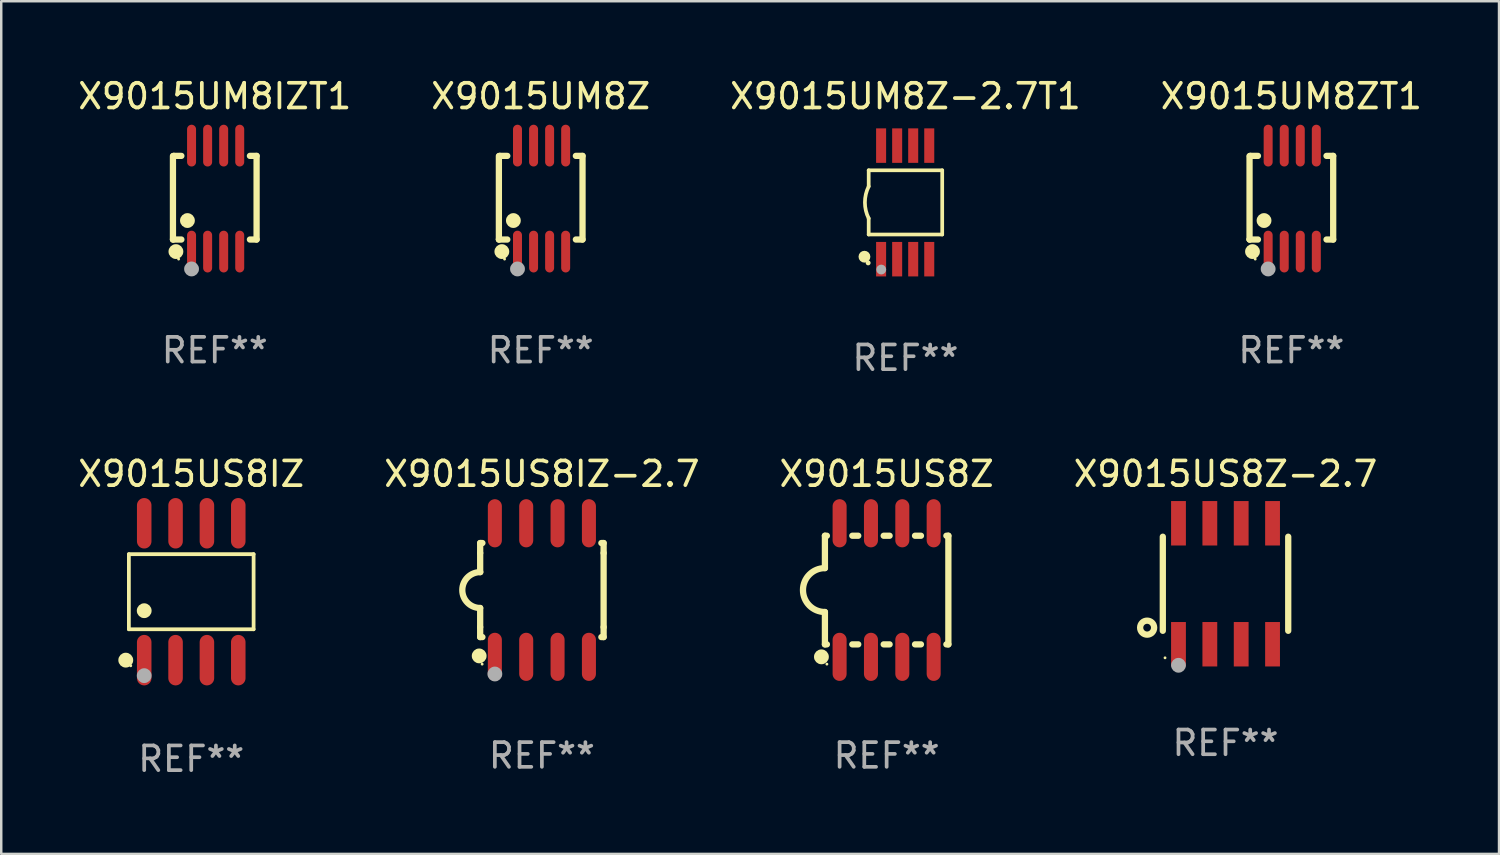
<source format=kicad_pcb>
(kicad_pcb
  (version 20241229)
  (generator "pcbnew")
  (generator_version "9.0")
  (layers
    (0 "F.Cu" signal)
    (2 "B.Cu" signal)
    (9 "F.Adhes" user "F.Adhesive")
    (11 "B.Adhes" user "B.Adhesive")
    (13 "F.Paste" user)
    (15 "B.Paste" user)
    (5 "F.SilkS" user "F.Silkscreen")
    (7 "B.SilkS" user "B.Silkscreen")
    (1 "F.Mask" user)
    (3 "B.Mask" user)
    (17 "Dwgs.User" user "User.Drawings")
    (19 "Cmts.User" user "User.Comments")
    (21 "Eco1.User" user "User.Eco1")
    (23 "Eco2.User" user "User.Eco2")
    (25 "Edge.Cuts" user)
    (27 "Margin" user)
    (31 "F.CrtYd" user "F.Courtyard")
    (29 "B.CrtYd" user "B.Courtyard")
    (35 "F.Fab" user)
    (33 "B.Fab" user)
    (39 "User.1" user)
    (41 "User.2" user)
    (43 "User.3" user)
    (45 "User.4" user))
  (footprint "X9015US8Z"
    (layer "F.Cu")
    (at 32.863 20.85)
    (property "Reference" "X9015US8Z" (at 0 -4.705 0) (layer "F.SilkS") (effects (font (size 1 1) (thickness 0.15))))
    (attr through_hole)
    (fp_line (start -2.5 -2.2) (end -2.5 -0.889) (stroke (width 0.254) (type solid)) (layer "F.SilkS"))
    (fp_line (start -2.5 2.2) (end -2.5 0.889) (stroke (width 0.254) (type solid)) (layer "F.SilkS"))
    (fp_line (start -2.42 -2.2) (end -2.5 -2.2) (stroke (width 0.254) (type solid)) (layer "F.SilkS"))
    (fp_line (start -2.42 2.2) (end -2.5 2.2) (stroke (width 0.254) (type solid)) (layer "F.SilkS"))
    (fp_line (start -1.15 -2.2) (end -1.39 -2.2) (stroke (width 0.254) (type solid)) (layer "F.SilkS"))
    (fp_line (start -1.15 2.2) (end -1.39 2.2) (stroke (width 0.254) (type solid)) (layer "F.SilkS"))
    (fp_line (start 0.12 -2.2) (end -0.12 -2.2) (stroke (width 0.254) (type solid)) (layer "F.SilkS"))
    (fp_line (start 0.12 2.2) (end -0.12 2.2) (stroke (width 0.254) (type solid)) (layer "F.SilkS"))
    (fp_line (start 1.39 -2.2) (end 1.15 -2.2) (stroke (width 0.254) (type solid)) (layer "F.SilkS"))
    (fp_line (start 1.39 2.2) (end 1.15 2.2) (stroke (width 0.254) (type solid)) (layer "F.SilkS"))
    (fp_line (start 2.5 -2.2) (end 2.42 -2.2) (stroke (width 0.254) (type solid)) (layer "F.SilkS"))
    (fp_line (start 2.5 -2.2) (end 2.5 2.2) (stroke (width 0.254) (type solid)) (layer "F.SilkS"))
    (fp_line (start 2.5 2.2) (end 2.42 2.2) (stroke (width 0.254) (type solid)) (layer "F.SilkS"))
    (fp_arc (start -2.5 0.889002) (mid -3.388367 -0.000318) (end -2.499365 -0.889002) (stroke (width 0.254001) (type solid)) (layer "F.SilkS"))
    (fp_circle (center -2.642 2.705) (end -2.491 2.705) (stroke (width 0.3) (type solid)) (fill no) (layer "F.SilkS"))
    (fp_circle (center -2.42 3) (end -2.39 3) (stroke (width 0.06) (type solid)) (fill no) (layer "F.SilkS"))
    (fp_text user "REF**" (at 0 6.705 0) (layer "F.Fab") (effects (font (size 1 1) (thickness 0.15))))
    (pad "1" smd oval (at -1.905 2.705) (size 0.568 1.95) (layers "F.Cu" "F.Mask" "F.Paste"))
    (pad "2" smd oval (at -0.635 2.705) (size 0.568 1.95) (layers "F.Cu" "F.Mask" "F.Paste"))
    (pad "3" smd oval (at 0.635 2.705) (size 0.568 1.95) (layers "F.Cu" "F.Mask" "F.Paste"))
    (pad "4" smd oval (at 1.905 2.705) (size 0.568 1.95) (layers "F.Cu" "F.Mask" "F.Paste"))
    (pad "5" smd oval (at 1.905 -2.705) (size 0.568 1.95) (layers "F.Cu" "F.Mask" "F.Paste"))
    (pad "6" smd oval (at 0.635 -2.705) (size 0.568 1.95) (layers "F.Cu" "F.Mask" "F.Paste"))
    (pad "7" smd oval (at -0.635 -2.705) (size 0.568 1.95) (layers "F.Cu" "F.Mask" "F.Paste"))
    (pad "8" smd oval (at -1.905 -2.705) (size 0.568 1.95) (layers "F.Cu" "F.Mask" "F.Paste")))
  (footprint "X9015UM8IZT1"
    (layer "F.Cu")
    (at 5.649 4.994)
    (property "Reference" "X9015UM8IZT1" (at 0 -4.146 0) (layer "F.SilkS") (effects (font (size 1 1) (thickness 0.15))))
    (attr through_hole)
    (fp_line (start -1.694 -1.724) (end -1.694 1.652) (stroke (width 0.254) (type solid)) (layer "F.SilkS"))
    (fp_line (start -1.694 1.652) (end -1.688 1.658) (stroke (width 0.254) (type solid)) (layer "F.SilkS"))
    (fp_line (start -1.688 1.658) (end -1.353 1.658) (stroke (width 0.254) (type solid)) (layer "F.SilkS"))
    (fp_line (start -1.661 -1.73) (end -1.681 -1.71) (stroke (width 0.254) (type solid)) (layer "F.SilkS"))
    (fp_line (start -1.353 -1.73) (end -1.661 -1.73) (stroke (width 0.254) (type solid)) (layer "F.SilkS"))
    (fp_line (start 1.424 1.658) (end 1.694 1.658) (stroke (width 0.254) (type solid)) (layer "F.SilkS"))
    (fp_line (start 1.694 -1.73) (end 1.424 -1.73) (stroke (width 0.254) (type solid)) (layer "F.SilkS"))
    (fp_line (start 1.694 1.658) (end 1.694 -1.73) (stroke (width 0.254) (type solid)) (layer "F.SilkS"))
    (fp_circle (center -1.574 2.146) (end -1.424 2.146) (stroke (width 0.3) (type solid)) (fill no) (layer "F.SilkS"))
    (fp_circle (center -1.464 2.45) (end -1.434 2.45) (stroke (width 0.06) (type solid)) (fill no) (layer "F.SilkS"))
    (fp_circle (center -1.107 0.889) (end -0.957 0.889) (stroke (width 0.3) (type solid)) (fill no) (layer "F.SilkS"))
    (fp_circle (center -0.94 2.85) (end -0.789 2.85) (stroke (width 0.3) (type solid)) (fill no) (layer "F.Fab"))
    (fp_text user "REF**" (at 0 6.146 0) (layer "F.Fab") (effects (font (size 1 1) (thickness 0.15))))
    (pad "1" smd oval (at -0.94 2.146) (size 0.364 1.692) (layers "F.Cu" "F.Mask" "F.Paste"))
    (pad "2" smd oval (at -0.289 2.146) (size 0.364 1.692) (layers "F.Cu" "F.Mask" "F.Paste"))
    (pad "3" smd oval (at 0.361 2.146) (size 0.364 1.692) (layers "F.Cu" "F.Mask" "F.Paste"))
    (pad "4" smd oval (at 1.011 2.146) (size 0.364 1.692) (layers "F.Cu" "F.Mask" "F.Paste"))
    (pad "5" smd oval (at 1.011 -2.146) (size 0.364 1.692) (layers "F.Cu" "F.Mask" "F.Paste"))
    (pad "6" smd oval (at 0.361 -2.146) (size 0.364 1.692) (layers "F.Cu" "F.Mask" "F.Paste"))
    (pad "7" smd oval (at -0.289 -2.146) (size 0.364 1.692) (layers "F.Cu" "F.Mask" "F.Paste"))
    (pad "8" smd oval (at -0.94 -2.146) (size 0.364 1.692) (layers "F.Cu" "F.Mask" "F.Paste")))
  (footprint "X9015US8Z-2.7"
    (layer "F.Cu")
    (at 46.589 20.595)
    (property "Reference" "X9015US8Z-2.7" (at 0 -4.45 0) (layer "F.SilkS") (effects (font (size 1 1) (thickness 0.15))))
    (attr through_hole)
    (fp_line (start -2.54 -1.905) (end -2.54 1.905) (stroke (width 0.254) (type solid)) (layer "F.SilkS"))
    (fp_line (start 2.54 -1.905) (end 2.54 1.905) (stroke (width 0.254) (type solid)) (layer "F.SilkS"))
    (fp_circle (center -3.175 1.778) (end -2.891 1.778) (stroke (width 0.254) (type solid)) (fill no) (layer "F.SilkS"))
    (fp_circle (center -2.45 3) (end -2.42 3) (stroke (width 0.06) (type solid)) (fill no) (layer "F.SilkS"))
    (fp_circle (center -1.905 3.302) (end -1.755 3.302) (stroke (width 0.3) (type solid)) (fill no) (layer "F.Fab"))
    (fp_text user "REF**" (at 0 6.45 0) (layer "F.Fab") (effects (font (size 1 1) (thickness 0.15))))
    (pad "1" smd rect (at -1.905 2.45) (size 0.6 1.8) (layers "F.Cu" "F.Mask" "F.Paste"))
    (pad "2" smd rect (at -0.635 2.45) (size 0.6 1.8) (layers "F.Cu" "F.Mask" "F.Paste"))
    (pad "3" smd rect (at 0.635 2.45) (size 0.6 1.8) (layers "F.Cu" "F.Mask" "F.Paste"))
    (pad "4" smd rect (at 1.905 2.45) (size 0.6 1.8) (layers "F.Cu" "F.Mask" "F.Paste"))
    (pad "5" smd rect (at 1.905 -2.45 180) (size 0.6 1.8) (layers "F.Cu" "F.Mask" "F.Paste"))
    (pad "6" smd rect (at 0.635 -2.45 180) (size 0.6 1.8) (layers "F.Cu" "F.Mask" "F.Paste"))
    (pad "7" smd rect (at -0.635 -2.45 180) (size 0.6 1.8) (layers "F.Cu" "F.Mask" "F.Paste"))
    (pad "8" smd rect (at -1.905 -2.45 180) (size 0.6 1.8) (layers "F.Cu" "F.Mask" "F.Paste")))
  (footprint "X9015US8IZ"
    (layer "F.Cu")
    (at 4.696 20.917)
    (property "Reference" "X9015US8IZ" (at 0 -4.772 0) (layer "F.SilkS") (effects (font (size 1 1) (thickness 0.15))))
    (attr through_hole)
    (fp_line (start -2.526 -1.521) (end 2.526 -1.521) (stroke (width 0.152) (type solid)) (layer "F.SilkS"))
    (fp_line (start -2.526 1.521) (end -2.526 -1.521) (stroke (width 0.152) (type solid)) (layer "F.SilkS"))
    (fp_line (start 2.526 -1.521) (end 2.526 1.521) (stroke (width 0.152) (type solid)) (layer "F.SilkS"))
    (fp_line (start 2.526 1.521) (end -2.526 1.521) (stroke (width 0.152) (type solid)) (layer "F.SilkS"))
    (fp_circle (center -2.652 2.772) (end -2.501 2.772) (stroke (width 0.3) (type solid)) (fill no) (layer "F.SilkS"))
    (fp_circle (center -2.45 3) (end -2.42 3) (stroke (width 0.06) (type solid)) (fill no) (layer "F.SilkS"))
    (fp_circle (center -1.905 0.769) (end -1.755 0.769) (stroke (width 0.3) (type solid)) (fill no) (layer "F.SilkS"))
    (fp_circle (center -1.905 3.4) (end -1.755 3.4) (stroke (width 0.3) (type solid)) (fill no) (layer "F.Fab"))
    (fp_text user "REF**" (at 0 6.772 0) (layer "F.Fab") (effects (font (size 1 1) (thickness 0.15))))
    (pad "1" smd oval (at -1.905 2.772) (size 0.588 2.045) (layers "F.Cu" "F.Mask" "F.Paste"))
    (pad "2" smd oval (at -0.635 2.772) (size 0.588 2.045) (layers "F.Cu" "F.Mask" "F.Paste"))
    (pad "3" smd oval (at 0.635 2.772) (size 0.588 2.045) (layers "F.Cu" "F.Mask" "F.Paste"))
    (pad "4" smd oval (at 1.905 2.772) (size 0.588 2.045) (layers "F.Cu" "F.Mask" "F.Paste"))
    (pad "5" smd oval (at 1.905 -2.772) (size 0.588 2.045) (layers "F.Cu" "F.Mask" "F.Paste"))
    (pad "6" smd oval (at 0.635 -2.772) (size 0.588 2.045) (layers "F.Cu" "F.Mask" "F.Paste"))
    (pad "7" smd oval (at -0.635 -2.772) (size 0.588 2.045) (layers "F.Cu" "F.Mask" "F.Paste"))
    (pad "8" smd oval (at -1.905 -2.772) (size 0.588 2.045) (layers "F.Cu" "F.Mask" "F.Paste")))
  (footprint "X9015US8IZ-2.7"
    (layer "F.Cu")
    (at 18.899 20.85)
    (property "Reference" "X9015US8IZ-2.7" (at 0 -4.705 0) (layer "F.SilkS") (effects (font (size 1 1) (thickness 0.15))))
    (attr through_hole)
    (fp_line (start -2.5 -1.905) (end -2.409 -1.905) (stroke (width 0.254) (type solid)) (layer "F.SilkS"))
    (fp_line (start -2.5 -1.5) (end -2.5 -1.905) (stroke (width 0.254) (type solid)) (layer "F.SilkS"))
    (fp_line (start -2.5 -1.5) (end -2.5 -0.726) (stroke (width 0.254) (type solid)) (layer "F.SilkS"))
    (fp_line (start -2.5 1.5) (end -2.5 0.727) (stroke (width 0.254) (type solid)) (layer "F.SilkS"))
    (fp_line (start -2.5 1.5) (end -2.5 1.905) (stroke (width 0.254) (type solid)) (layer "F.SilkS"))
    (fp_line (start -2.5 1.905) (end -2.409 1.905) (stroke (width 0.254) (type solid)) (layer "F.SilkS"))
    (fp_line (start 2.5 -1.905) (end 2.409 -1.905) (stroke (width 0.254) (type solid)) (layer "F.SilkS"))
    (fp_line (start 2.5 -1.5) (end 2.5 -1.905) (stroke (width 0.254) (type solid)) (layer "F.SilkS"))
    (fp_line (start 2.5 -1.5) (end 2.5 1.5) (stroke (width 0.254) (type solid)) (layer "F.SilkS"))
    (fp_line (start 2.5 1.5) (end 2.5 1.905) (stroke (width 0.254) (type solid)) (layer "F.SilkS"))
    (fp_line (start 2.5 1.905) (end 2.409 1.905) (stroke (width 0.254) (type solid)) (layer "F.SilkS"))
    (fp_arc (start -2.5 0.726568) (mid -3.220316 -0.0023) (end -2.495097 -0.726289) (stroke (width 0.254001) (type solid)) (layer "F.SilkS"))
    (fp_circle (center -2.54 2.667) (end -2.39 2.667) (stroke (width 0.3) (type solid)) (fill no) (layer "F.SilkS"))
    (fp_circle (center -2.42 3) (end -2.39 3) (stroke (width 0.06) (type solid)) (fill no) (layer "F.SilkS"))
    (fp_circle (center -1.905 3.4) (end -1.755 3.4) (stroke (width 0.3) (type solid)) (fill no) (layer "F.Fab"))
    (fp_text user "REF**" (at 0 6.705 0) (layer "F.Fab") (effects (font (size 1 1) (thickness 0.15))))
    (pad "1" smd oval (at -1.905 2.705) (size 0.568 1.95) (layers "F.Cu" "F.Mask" "F.Paste"))
    (pad "2" smd oval (at -0.635 2.705) (size 0.568 1.95) (layers "F.Cu" "F.Mask" "F.Paste"))
    (pad "3" smd oval (at 0.635 2.705) (size 0.568 1.95) (layers "F.Cu" "F.Mask" "F.Paste"))
    (pad "4" smd oval (at 1.905 2.705) (size 0.568 1.95) (layers "F.Cu" "F.Mask" "F.Paste"))
    (pad "5" smd oval (at 1.905 -2.705) (size 0.568 1.95) (layers "F.Cu" "F.Mask" "F.Paste"))
    (pad "6" smd oval (at 0.635 -2.705) (size 0.568 1.95) (layers "F.Cu" "F.Mask" "F.Paste"))
    (pad "7" smd oval (at -0.635 -2.705) (size 0.568 1.95) (layers "F.Cu" "F.Mask" "F.Paste"))
    (pad "8" smd oval (at -1.905 -2.705) (size 0.568 1.95) (layers "F.Cu" "F.Mask" "F.Paste")))
  (footprint "X9015UM8Z"
    (layer "F.Cu")
    (at 18.851 4.994)
    (property "Reference" "X9015UM8Z" (at 0 -4.146 0) (layer "F.SilkS") (effects (font (size 1 1) (thickness 0.15))))
    (attr through_hole)
    (fp_line (start -1.694 -1.724) (end -1.694 1.652) (stroke (width 0.254) (type solid)) (layer "F.SilkS"))
    (fp_line (start -1.694 1.652) (end -1.688 1.658) (stroke (width 0.254) (type solid)) (layer "F.SilkS"))
    (fp_line (start -1.688 1.658) (end -1.353 1.658) (stroke (width 0.254) (type solid)) (layer "F.SilkS"))
    (fp_line (start -1.661 -1.73) (end -1.681 -1.71) (stroke (width 0.254) (type solid)) (layer "F.SilkS"))
    (fp_line (start -1.353 -1.73) (end -1.661 -1.73) (stroke (width 0.254) (type solid)) (layer "F.SilkS"))
    (fp_line (start 1.424 1.658) (end 1.694 1.658) (stroke (width 0.254) (type solid)) (layer "F.SilkS"))
    (fp_line (start 1.694 -1.73) (end 1.424 -1.73) (stroke (width 0.254) (type solid)) (layer "F.SilkS"))
    (fp_line (start 1.694 1.658) (end 1.694 -1.73) (stroke (width 0.254) (type solid)) (layer "F.SilkS"))
    (fp_circle (center -1.574 2.146) (end -1.424 2.146) (stroke (width 0.3) (type solid)) (fill no) (layer "F.SilkS"))
    (fp_circle (center -1.464 2.45) (end -1.434 2.45) (stroke (width 0.06) (type solid)) (fill no) (layer "F.SilkS"))
    (fp_circle (center -1.107 0.889) (end -0.957 0.889) (stroke (width 0.3) (type solid)) (fill no) (layer "F.SilkS"))
    (fp_circle (center -0.94 2.85) (end -0.789 2.85) (stroke (width 0.3) (type solid)) (fill no) (layer "F.Fab"))
    (fp_text user "REF**" (at 0 6.146 0) (layer "F.Fab") (effects (font (size 1 1) (thickness 0.15))))
    (pad "1" smd oval (at -0.94 2.146) (size 0.364 1.692) (layers "F.Cu" "F.Mask" "F.Paste"))
    (pad "2" smd oval (at -0.289 2.146) (size 0.364 1.692) (layers "F.Cu" "F.Mask" "F.Paste"))
    (pad "3" smd oval (at 0.361 2.146) (size 0.364 1.692) (layers "F.Cu" "F.Mask" "F.Paste"))
    (pad "4" smd oval (at 1.011 2.146) (size 0.364 1.692) (layers "F.Cu" "F.Mask" "F.Paste"))
    (pad "5" smd oval (at 1.011 -2.146) (size 0.364 1.692) (layers "F.Cu" "F.Mask" "F.Paste"))
    (pad "6" smd oval (at 0.361 -2.146) (size 0.364 1.692) (layers "F.Cu" "F.Mask" "F.Paste"))
    (pad "7" smd oval (at -0.289 -2.146) (size 0.364 1.692) (layers "F.Cu" "F.Mask" "F.Paste"))
    (pad "8" smd oval (at -0.94 -2.146) (size 0.364 1.692) (layers "F.Cu" "F.Mask" "F.Paste")))
  (footprint "X9015UM8Z-2.7T1"
    (layer "F.Cu")
    (at 33.625 5.148)
    (property "Reference" "X9015UM8Z-2.7T1" (at 0 -4.3 0) (layer "F.SilkS") (effects (font (size 1 1) (thickness 0.15))))
    (attr through_hole)
    (fp_line (start -1.489 -1.3) (end -1.489 -0.648) (stroke (width 0.15) (type solid)) (layer "F.SilkS"))
    (fp_line (start -1.489 0.648) (end -1.489 1.3) (stroke (width 0.15) (type solid)) (layer "F.SilkS"))
    (fp_line (start -1.489 1.3) (end 1.489 1.3) (stroke (width 0.15) (type solid)) (layer "F.SilkS"))
    (fp_line (start 1.489 -1.3) (end -1.489 -1.3) (stroke (width 0.15) (type solid)) (layer "F.SilkS"))
    (fp_line (start 1.489 1.3) (end 1.489 -1.3) (stroke (width 0.15) (type solid)) (layer "F.SilkS"))
    (fp_arc (start -1.489205 0.647702) (mid -1.642107 0) (end -1.489205 -0.647701) (stroke (width 0.150013) (type solid)) (layer "F.SilkS"))
    (fp_circle (center -1.661 2.2) (end -1.541 2.2) (stroke (width 0.24) (type solid)) (fill no) (layer "F.SilkS"))
    (fp_circle (center -1.511 2.45) (end -1.461 2.45) (stroke (width 0.1) (type solid)) (fill no) (layer "F.SilkS"))
    (fp_circle (center -0.981 2.72) (end -0.881 2.72) (stroke (width 0.2) (type solid)) (fill no) (layer "F.Fab"))
    (fp_text user "REF**" (at 0 6.3 0) (layer "F.Fab") (effects (font (size 1 1) (thickness 0.15))))
    (pad "1" smd rect (at -0.986 2.3) (size 0.406 1.397) (layers "F.Cu" "F.Mask" "F.Paste"))
    (pad "2" smd rect (at -0.336 2.3) (size 0.406 1.397) (layers "F.Cu" "F.Mask" "F.Paste"))
    (pad "3" smd rect (at 0.314 2.3) (size 0.406 1.397) (layers "F.Cu" "F.Mask" "F.Paste"))
    (pad "4" smd rect (at 0.964 2.3) (size 0.406 1.397) (layers "F.Cu" "F.Mask" "F.Paste"))
    (pad "5" smd rect (at 0.964 -2.3) (size 0.406 1.397) (layers "F.Cu" "F.Mask" "F.Paste"))
    (pad "6" smd rect (at 0.314 -2.3) (size 0.406 1.397) (layers "F.Cu" "F.Mask" "F.Paste"))
    (pad "7" smd rect (at -0.336 -2.3) (size 0.406 1.397) (layers "F.Cu" "F.Mask" "F.Paste"))
    (pad "8" smd rect (at -0.986 -2.3) (size 0.406 1.397) (layers "F.Cu" "F.Mask" "F.Paste")))
  (footprint "X9015UM8ZT1"
    (layer "F.Cu")
    (at 49.256 4.994)
    (property "Reference" "X9015UM8ZT1" (at 0 -4.146 0) (layer "F.SilkS") (effects (font (size 1 1) (thickness 0.15))))
    (attr through_hole)
    (fp_line (start -1.694 -1.724) (end -1.694 1.652) (stroke (width 0.254) (type solid)) (layer "F.SilkS"))
    (fp_line (start -1.694 1.652) (end -1.688 1.658) (stroke (width 0.254) (type solid)) (layer "F.SilkS"))
    (fp_line (start -1.688 1.658) (end -1.353 1.658) (stroke (width 0.254) (type solid)) (layer "F.SilkS"))
    (fp_line (start -1.661 -1.73) (end -1.681 -1.71) (stroke (width 0.254) (type solid)) (layer "F.SilkS"))
    (fp_line (start -1.353 -1.73) (end -1.661 -1.73) (stroke (width 0.254) (type solid)) (layer "F.SilkS"))
    (fp_line (start 1.424 1.658) (end 1.694 1.658) (stroke (width 0.254) (type solid)) (layer "F.SilkS"))
    (fp_line (start 1.694 -1.73) (end 1.424 -1.73) (stroke (width 0.254) (type solid)) (layer "F.SilkS"))
    (fp_line (start 1.694 1.658) (end 1.694 -1.73) (stroke (width 0.254) (type solid)) (layer "F.SilkS"))
    (fp_circle (center -1.574 2.146) (end -1.424 2.146) (stroke (width 0.3) (type solid)) (fill no) (layer "F.SilkS"))
    (fp_circle (center -1.464 2.45) (end -1.434 2.45) (stroke (width 0.06) (type solid)) (fill no) (layer "F.SilkS"))
    (fp_circle (center -1.107 0.889) (end -0.957 0.889) (stroke (width 0.3) (type solid)) (fill no) (layer "F.SilkS"))
    (fp_circle (center -0.94 2.85) (end -0.789 2.85) (stroke (width 0.3) (type solid)) (fill no) (layer "F.Fab"))
    (fp_text user "REF**" (at 0 6.146 0) (layer "F.Fab") (effects (font (size 1 1) (thickness 0.15))))
    (pad "1" smd oval (at -0.94 2.146) (size 0.364 1.692) (layers "F.Cu" "F.Mask" "F.Paste"))
    (pad "2" smd oval (at -0.289 2.146) (size 0.364 1.692) (layers "F.Cu" "F.Mask" "F.Paste"))
    (pad "3" smd oval (at 0.361 2.146) (size 0.364 1.692) (layers "F.Cu" "F.Mask" "F.Paste"))
    (pad "4" smd oval (at 1.011 2.146) (size 0.364 1.692) (layers "F.Cu" "F.Mask" "F.Paste"))
    (pad "5" smd oval (at 1.011 -2.146) (size 0.364 1.692) (layers "F.Cu" "F.Mask" "F.Paste"))
    (pad "6" smd oval (at 0.361 -2.146) (size 0.364 1.692) (layers "F.Cu" "F.Mask" "F.Paste"))
    (pad "7" smd oval (at -0.289 -2.146) (size 0.364 1.692) (layers "F.Cu" "F.Mask" "F.Paste"))
    (pad "8" smd oval (at -0.94 -2.146) (size 0.364 1.692) (layers "F.Cu" "F.Mask" "F.Paste")))
  (gr_rect
    (start -3 -3)
    (end 57.667 31.538)
    (stroke (width 0.1) (type default))
    (fill no)
    (layer "Edge.Cuts")))
</source>
